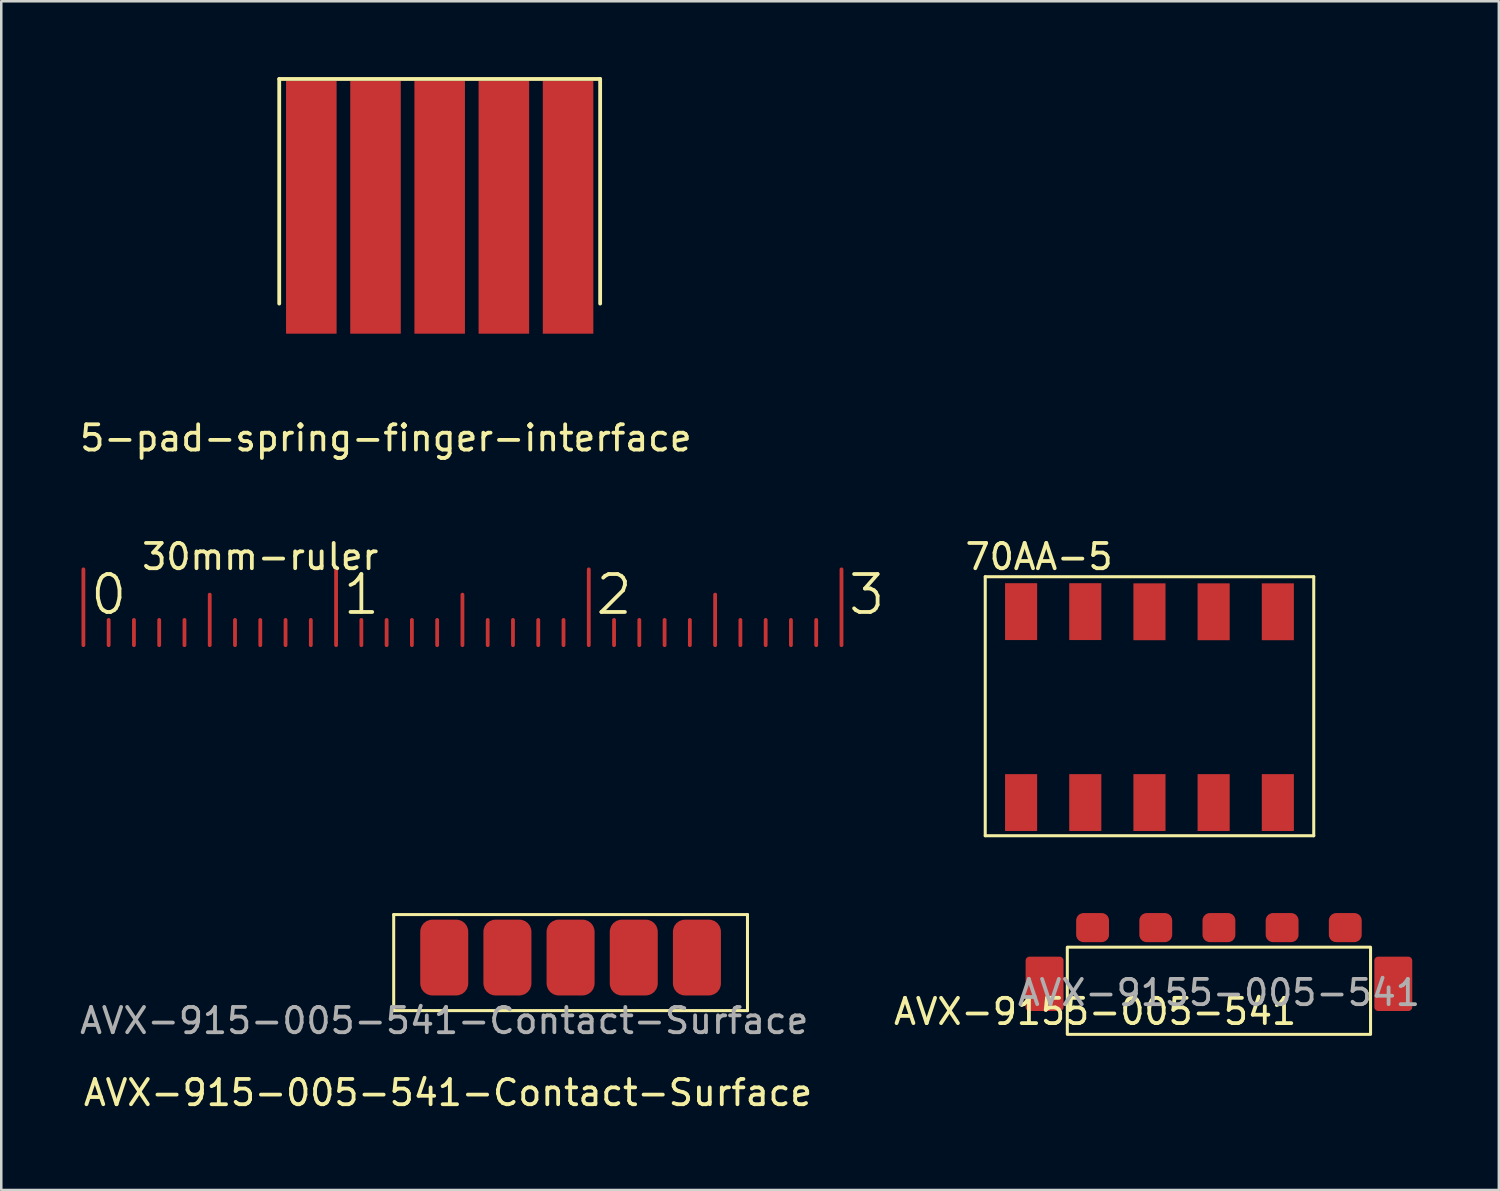
<source format=kicad_pcb>
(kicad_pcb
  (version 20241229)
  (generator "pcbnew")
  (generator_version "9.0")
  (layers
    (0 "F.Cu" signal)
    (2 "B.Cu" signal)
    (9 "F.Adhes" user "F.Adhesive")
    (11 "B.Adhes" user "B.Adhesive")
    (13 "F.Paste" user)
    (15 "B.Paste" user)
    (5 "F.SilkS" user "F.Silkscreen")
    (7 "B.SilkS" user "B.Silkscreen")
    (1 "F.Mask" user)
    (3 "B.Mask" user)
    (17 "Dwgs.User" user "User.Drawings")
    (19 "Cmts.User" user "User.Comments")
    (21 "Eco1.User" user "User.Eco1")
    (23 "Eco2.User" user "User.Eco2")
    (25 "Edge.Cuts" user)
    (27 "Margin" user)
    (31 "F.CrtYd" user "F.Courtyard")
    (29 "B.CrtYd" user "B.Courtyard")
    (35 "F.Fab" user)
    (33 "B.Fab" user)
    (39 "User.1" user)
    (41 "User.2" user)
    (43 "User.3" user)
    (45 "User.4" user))
  (footprint "5-pad-spring-finger-interface"
    (layer "F.Cu")
    (at 9.27 10.235)
    (property "Reference" "5-pad-spring-finger-interface" (at 2.95 4.05 0) (layer "F.SilkS") (effects (font (size 1 1) (thickness 0.15))))
    (attr through_hole)
    (fp_line (start -1.27 -10.16) (end 11.43 -10.16) (stroke (width 0.15) (type solid)) (layer "F.SilkS"))
    (fp_line (start -1.27 -1.27) (end -1.27 -10.16) (stroke (width 0.15) (type solid)) (layer "F.SilkS"))
    (fp_line (start 11.43 -1.27) (end 11.43 -10.16) (stroke (width 0.15) (type solid)) (layer "F.SilkS"))
    (pad "1" smd rect (at 0 -5.08) (size 2 10) (layers "F.Cu" "F.Mask"))
    (pad "2" smd rect (at 2.54 -5.08) (size 2 10) (layers "F.Cu" "F.Mask"))
    (pad "3" smd rect (at 5.08 -5.08) (size 2 10) (layers "F.Cu" "F.Mask"))
    (pad "4" smd rect (at 7.62 -5.08) (size 2 10) (layers "F.Cu" "F.Mask"))
    (pad "5" smd rect (at 10.16 -5.08) (size 2 10) (layers "F.Cu" "F.Mask")))
  (footprint "AVX-915-005-541-Contact-Surface"
    (layer "F.Cu")
    (at 14.53 34.843)
    (property "Reference" "AVX-915-005-541-Contact-Surface" (at 0.15 5.35 0) (unlocked yes) (layer "F.SilkS") (effects (font (size 1 1) (thickness 0.15))))
    (attr smd)
    (fp_line (start -2 -1.7) (end -2 2.1) (stroke (width 0.12) (type solid)) (layer "F.SilkS"))
    (fp_line (start -2 -1.7) (end 12 -1.7) (stroke (width 0.12) (type solid)) (layer "F.SilkS"))
    (fp_line (start -2 2.1) (end 12 2.1) (stroke (width 0.12) (type solid)) (layer "F.SilkS"))
    (fp_line (start 12 -1.7) (end 12 2.1) (stroke (width 0.12) (type solid)) (layer "F.SilkS"))
    (fp_text user "${REFERENCE}" (at 0 2.5 0) (unlocked yes) (layer "F.Fab") (effects (font (size 1 1) (thickness 0.15))))
    (pad "1" smd roundrect (at 0 0) (size 1.9 3) (layers "F.Cu" "F.Mask" "F.Paste") (roundrect_rratio 0.25))
    (pad "2" smd roundrect (at 2.5 0) (size 1.9 3) (layers "F.Cu" "F.Mask" "F.Paste") (roundrect_rratio 0.25))
    (pad "3" smd roundrect (at 5 0) (size 1.9 3) (layers "F.Cu" "F.Mask" "F.Paste") (roundrect_rratio 0.25))
    (pad "4" smd roundrect (at 7.5 0) (size 1.9 3) (layers "F.Cu" "F.Mask" "F.Paste") (roundrect_rratio 0.25))
    (pad "5" smd roundrect (at 10 0) (size 1.9 3) (layers "F.Cu" "F.Mask" "F.Paste") (roundrect_rratio 0.25)))
  (footprint "70AA-5"
    (layer "F.Cu")
    (at 37.358 28.71)
    (property "Reference" "70AA-5" (at 0.711 -9.728 0) (layer "F.SilkS") (effects (font (size 1 1) (thickness 0.15))))
    (attr through_hole)
    (fp_line (start -1.419 -8.937) (end -1.419 1.313) (stroke (width 0.12) (type solid)) (layer "F.SilkS"))
    (fp_line (start -1.419 1.313) (end 11.581 1.313) (stroke (width 0.12) (type solid)) (layer "F.SilkS"))
    (fp_line (start 11.581 -8.937) (end -1.419 -8.937) (stroke (width 0.12) (type solid)) (layer "F.SilkS"))
    (fp_line (start 11.581 1.313) (end 11.581 -8.937) (stroke (width 0.12) (type solid)) (layer "F.SilkS"))
    (pad "1" smd rect (at 0 0) (size 1.27 2.25) (layers "F.Cu" "F.Mask" "F.Paste"))
    (pad "2" smd rect (at 2.54 0) (size 1.27 2.25) (layers "F.Cu" "F.Mask" "F.Paste"))
    (pad "3" smd rect (at 5.08 0) (size 1.27 2.25) (layers "F.Cu" "F.Mask" "F.Paste"))
    (pad "4" smd rect (at 7.62 0) (size 1.27 2.25) (layers "F.Cu" "F.Mask" "F.Paste"))
    (pad "5" smd rect (at 10.16 0) (size 1.27 2.25) (layers "F.Cu" "F.Mask" "F.Paste"))
    (pad "6" smd rect (at 10.16 -7.55) (size 1.27 2.25) (layers "F.Cu" "F.Mask" "F.Paste"))
    (pad "7" smd rect (at 7.62 -7.55) (size 1.27 2.25) (layers "F.Cu" "F.Mask" "F.Paste"))
    (pad "8" smd rect (at 5.08 -7.55) (size 1.27 2.25) (layers "F.Cu" "F.Mask" "F.Paste"))
    (pad "9" smd rect (at 2.54 -7.556) (size 1.27 2.25) (layers "F.Cu" "F.Mask" "F.Paste"))
    (pad "10" smd rect (at 0 -7.556) (size 1.27 2.25) (layers "F.Cu" "F.Mask" "F.Paste")))
  (footprint "30mm-ruler"
    (layer "F.Cu")
    (at 0.25 22.482)
    (property "Reference" "30mm-ruler" (at 7 -3.501 0) (layer "F.SilkS") (effects (font (size 1 1) (thickness 0.15))))
    (attr through_hole)
    (fp_line (start 0.00024 -0.001) (end 0.00024 -3.001) (stroke (width 0.15) (type solid)) (layer "F.Cu"))
    (fp_line (start 1 -0.001) (end 1 -1) (stroke (width 0.15) (type solid)) (layer "F.Cu"))
    (fp_line (start 2 -0.001) (end 2 -1) (stroke (width 0.15) (type solid)) (layer "F.Cu"))
    (fp_line (start 3 -0.001) (end 3 -1) (stroke (width 0.15) (type solid)) (layer "F.Cu"))
    (fp_line (start 4 -0.001) (end 4 -1) (stroke (width 0.15) (type solid)) (layer "F.Cu"))
    (fp_line (start 5 -0.001) (end 5 -2.001) (stroke (width 0.15) (type solid)) (layer "F.Cu"))
    (fp_line (start 6 -0.001) (end 6 -1) (stroke (width 0.15) (type solid)) (layer "F.Cu"))
    (fp_line (start 7 -0.001) (end 7 -1) (stroke (width 0.15) (type solid)) (layer "F.Cu"))
    (fp_line (start 8 -0.001) (end 8 -1) (stroke (width 0.15) (type solid)) (layer "F.Cu"))
    (fp_line (start 9 -0.001) (end 9 -1) (stroke (width 0.15) (type solid)) (layer "F.Cu"))
    (fp_line (start 10 -0.001) (end 10 -3.001) (stroke (width 0.15) (type solid)) (layer "F.Cu"))
    (fp_line (start 11 -0.001) (end 11 -1) (stroke (width 0.15) (type solid)) (layer "F.Cu"))
    (fp_line (start 12 -0.001) (end 12 -1) (stroke (width 0.15) (type solid)) (layer "F.Cu"))
    (fp_line (start 13 -0.001) (end 13 -1) (stroke (width 0.15) (type solid)) (layer "F.Cu"))
    (fp_line (start 14 -0.001) (end 14 -1) (stroke (width 0.15) (type solid)) (layer "F.Cu"))
    (fp_line (start 15 -0.001) (end 15 -2.001) (stroke (width 0.15) (type solid)) (layer "F.Cu"))
    (fp_line (start 16 -0.001) (end 16 -1) (stroke (width 0.15) (type solid)) (layer "F.Cu"))
    (fp_line (start 17 -0.001) (end 17 -1) (stroke (width 0.15) (type solid)) (layer "F.Cu"))
    (fp_line (start 18 -0.001) (end 18 -1) (stroke (width 0.15) (type solid)) (layer "F.Cu"))
    (fp_line (start 19 -0.001) (end 19 -1) (stroke (width 0.15) (type solid)) (layer "F.Cu"))
    (fp_line (start 20 -0.001) (end 20 -3.001) (stroke (width 0.15) (type solid)) (layer "F.Cu"))
    (fp_line (start 21 -0.001) (end 21 -1) (stroke (width 0.15) (type solid)) (layer "F.Cu"))
    (fp_line (start 22 -0.001) (end 22 -1) (stroke (width 0.15) (type solid)) (layer "F.Cu"))
    (fp_line (start 23 -0.001) (end 23 -1) (stroke (width 0.15) (type solid)) (layer "F.Cu"))
    (fp_line (start 24 -0.001) (end 24 -1) (stroke (width 0.15) (type solid)) (layer "F.Cu"))
    (fp_line (start 25 -0.001) (end 25 -2.001) (stroke (width 0.15) (type solid)) (layer "F.Cu"))
    (fp_line (start 26 -0.001) (end 26 -1) (stroke (width 0.15) (type solid)) (layer "F.Cu"))
    (fp_line (start 27 -0.001) (end 27 -1) (stroke (width 0.15) (type solid)) (layer "F.Cu"))
    (fp_line (start 28 -0.001) (end 28 -1) (stroke (width 0.15) (type solid)) (layer "F.Cu"))
    (fp_line (start 29 -0.001) (end 29 -1) (stroke (width 0.15) (type solid)) (layer "F.Cu"))
    (fp_line (start 30 -0.001) (end 30 -3.001) (stroke (width 0.15) (type solid)) (layer "F.Cu"))
    (fp_line (start 0.00024 -3.001) (end 0.00024 -3.001) (stroke (width 0.15) (type solid)) (layer "F.Mask"))
    (fp_line (start 0.00024 -0.001) (end 0.00024 -3.001) (stroke (width 0.15) (type solid)) (layer "F.Mask"))
    (fp_line (start 1 -0.001) (end 1 -1) (stroke (width 0.15) (type solid)) (layer "F.Mask"))
    (fp_line (start 2 -0.001) (end 2 -1) (stroke (width 0.15) (type solid)) (layer "F.Mask"))
    (fp_line (start 3 -0.001) (end 3 -1) (stroke (width 0.15) (type solid)) (layer "F.Mask"))
    (fp_line (start 4 -0.001) (end 4 -1) (stroke (width 0.15) (type solid)) (layer "F.Mask"))
    (fp_line (start 5 -0.001) (end 5 -2.001) (stroke (width 0.15) (type solid)) (layer "F.Mask"))
    (fp_line (start 6 -0.001) (end 6 -1) (stroke (width 0.15) (type solid)) (layer "F.Mask"))
    (fp_line (start 7 -0.001) (end 7 -1) (stroke (width 0.15) (type solid)) (layer "F.Mask"))
    (fp_line (start 8 -0.001) (end 8 -1) (stroke (width 0.15) (type solid)) (layer "F.Mask"))
    (fp_line (start 9 -0.001) (end 9 -1) (stroke (width 0.15) (type solid)) (layer "F.Mask"))
    (fp_line (start 10 -0.001) (end 10 -3.001) (stroke (width 0.15) (type solid)) (layer "F.Mask"))
    (fp_line (start 11 -0.001) (end 11 -1) (stroke (width 0.15) (type solid)) (layer "F.Mask"))
    (fp_line (start 12 -0.001) (end 12 -1) (stroke (width 0.15) (type solid)) (layer "F.Mask"))
    (fp_line (start 13 -0.001) (end 13 -1) (stroke (width 0.15) (type solid)) (layer "F.Mask"))
    (fp_line (start 14 -0.001) (end 14 -1) (stroke (width 0.15) (type solid)) (layer "F.Mask"))
    (fp_line (start 15 -0.001) (end 15 -2.001) (stroke (width 0.15) (type solid)) (layer "F.Mask"))
    (fp_line (start 16 -0.001) (end 16 -1) (stroke (width 0.15) (type solid)) (layer "F.Mask"))
    (fp_line (start 17 -0.001) (end 17 -1) (stroke (width 0.15) (type solid)) (layer "F.Mask"))
    (fp_line (start 18 -0.001) (end 18 -1) (stroke (width 0.15) (type solid)) (layer "F.Mask"))
    (fp_line (start 19 -0.001) (end 19 -1) (stroke (width 0.15) (type solid)) (layer "F.Mask"))
    (fp_line (start 20 -0.001) (end 20 -3.001) (stroke (width 0.15) (type solid)) (layer "F.Mask"))
    (fp_line (start 21 -0.001) (end 21 -1) (stroke (width 0.15) (type solid)) (layer "F.Mask"))
    (fp_line (start 22 -0.001) (end 22 -1) (stroke (width 0.15) (type solid)) (layer "F.Mask"))
    (fp_line (start 23 -0.001) (end 23 -1) (stroke (width 0.15) (type solid)) (layer "F.Mask"))
    (fp_line (start 24 -0.001) (end 24 -1) (stroke (width 0.15) (type solid)) (layer "F.Mask"))
    (fp_line (start 25 -0.001) (end 25 -2.001) (stroke (width 0.15) (type solid)) (layer "F.Mask"))
    (fp_line (start 26 -0.001) (end 26 -1) (stroke (width 0.15) (type solid)) (layer "F.Mask"))
    (fp_line (start 27 -0.001) (end 27 -1) (stroke (width 0.15) (type solid)) (layer "F.Mask"))
    (fp_line (start 28 -0.001) (end 28 -1) (stroke (width 0.15) (type solid)) (layer "F.Mask"))
    (fp_line (start 29 -0.001) (end 29 -1) (stroke (width 0.15) (type solid)) (layer "F.Mask"))
    (fp_line (start 30 -0.001) (end 30 -3.001) (stroke (width 0.15) (type solid)) (layer "F.Mask"))
    (fp_text user "2" (at 21 -2.001 0) (layer "F.SilkS") (effects (font (size 1.5 1.5) (thickness 0.15))))
    (fp_text user "1" (at 11 -2.001 0) (layer "F.SilkS") (effects (font (size 1.5 1.5) (thickness 0.15))))
    (fp_text user "0" (at 1 -2.001 0) (layer "F.SilkS") (effects (font (size 1.5 1.5) (thickness 0.15))))
    (fp_text user "3" (at 31 -2.001 0) (layer "F.SilkS") (effects (font (size 1.5 1.5) (thickness 0.15)))))
  (footprint "AVX-9155-005-541"
    (layer "F.Cu")
    (at 45.187 33.733)
    (property "Reference" "AVX-9155-005-541" (at -4.9 3.25 0) (unlocked yes) (layer "F.SilkS") (effects (font (size 1 1) (thickness 0.15))))
    (attr smd)
    (fp_rect (start -6 4.15) (end 6 0.7) (stroke (width 0.12) (type solid)) (fill no) (layer "F.SilkS"))
    (fp_poly (pts (xy -7.65 1.075) (xy -7.65 3.2) (xy -6.15 3.2) (xy -6.15 1.075)) (stroke (width 0.12) (type solid)) (fill yes) (layer "F.Paste"))
    (fp_poly (pts (xy 6.15 1.1) (xy 6.15 3.225) (xy 7.65 3.225) (xy 7.65 1.1)) (stroke (width 0.12) (type solid)) (fill yes) (layer "F.Paste"))
    (fp_text user "${REFERENCE}" (at 0 2.5 0) (unlocked yes) (layer "F.Fab") (effects (font (size 1 1) (thickness 0.15))))
    (pad "1" smd roundrect (at -5 -0.075) (size 1.3 1.15) (layers "F.Cu" "F.Mask" "F.Paste") (roundrect_rratio 0.25))
    (pad "2" smd roundrect (at -2.5 -0.075) (size 1.3 1.15) (layers "F.Cu" "F.Mask" "F.Paste") (roundrect_rratio 0.25))
    (pad "3" smd roundrect (at 0 -0.075) (size 1.3 1.15) (layers "F.Cu" "F.Mask" "F.Paste") (roundrect_rratio 0.25))
    (pad "4" smd roundrect (at 2.5 -0.075) (size 1.3 1.15) (layers "F.Cu" "F.Mask" "F.Paste") (roundrect_rratio 0.25))
    (pad "5" smd roundrect (at 5 -0.075) (size 1.3 1.15) (layers "F.Cu" "F.Mask" "F.Paste") (roundrect_rratio 0.25))
    (pad "6" smd roundrect (at -6.9 2.15) (size 1.5 2.15) (layers "F.Cu" "F.Mask" "F.Paste") (roundrect_rratio 0.1))
    (pad "7" smd roundrect (at 6.9 2.15) (size 1.5 2.15) (layers "F.Cu" "F.Mask" "F.Paste") (roundrect_rratio 0.1)))
  (gr_rect
    (start -3 -3)
    (end 56.264 44.041)
    (stroke (width 0.1) (type default))
    (fill no)
    (layer "Edge.Cuts")))
</source>
